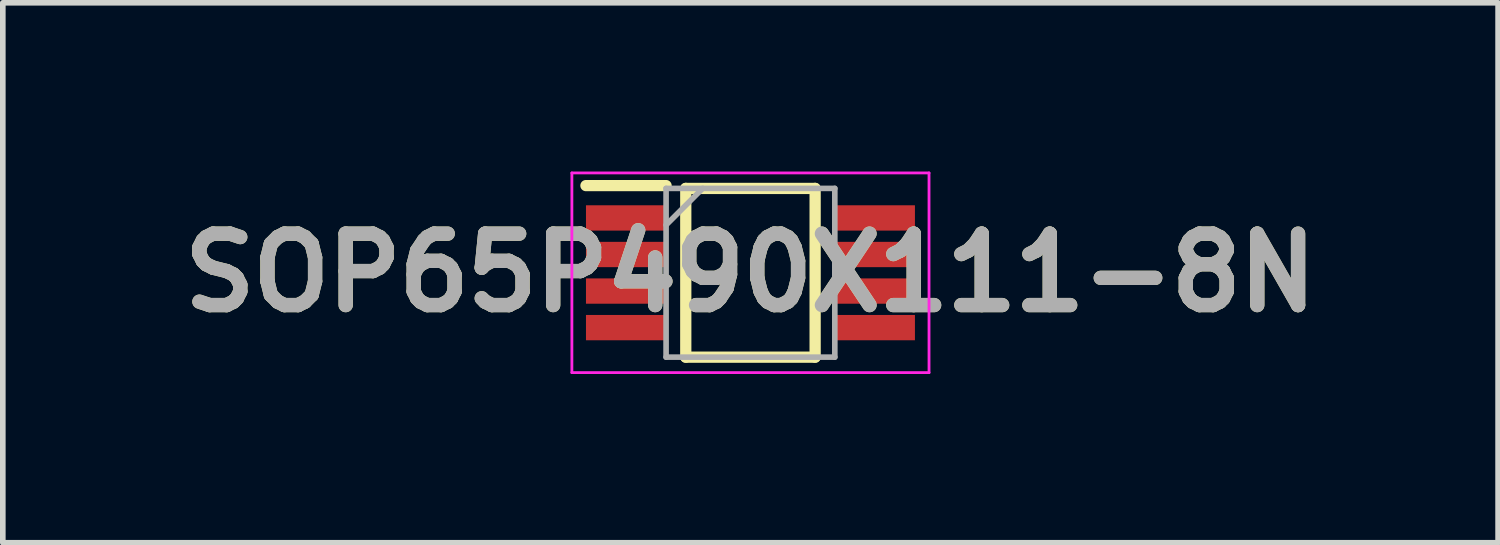
<source format=kicad_pcb>
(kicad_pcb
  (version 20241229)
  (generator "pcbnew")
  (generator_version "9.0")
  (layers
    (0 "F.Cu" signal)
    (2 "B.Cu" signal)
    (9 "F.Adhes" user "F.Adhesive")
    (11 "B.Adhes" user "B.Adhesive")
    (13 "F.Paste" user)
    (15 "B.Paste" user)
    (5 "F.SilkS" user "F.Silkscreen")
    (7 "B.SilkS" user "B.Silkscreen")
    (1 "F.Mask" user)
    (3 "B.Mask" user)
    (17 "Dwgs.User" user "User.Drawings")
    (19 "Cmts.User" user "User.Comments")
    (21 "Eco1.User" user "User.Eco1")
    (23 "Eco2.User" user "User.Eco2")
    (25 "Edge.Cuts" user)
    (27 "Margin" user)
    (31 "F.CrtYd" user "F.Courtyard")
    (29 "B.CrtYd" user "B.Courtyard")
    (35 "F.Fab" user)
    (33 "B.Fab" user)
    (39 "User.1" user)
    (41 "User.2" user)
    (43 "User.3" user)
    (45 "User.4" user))
  (footprint "SOP65P490X111-8N"
    (layer "F.Cu")
    (at 10.293 1.8)
    (property "Reference" "SOP65P490X111-8N" (at 0 0 0) (layer "F.SilkS") (effects (font (size 1.27 1.27) (thickness 0.254))))
    (attr smd)
    (fp_line (start -2.925 -1.55) (end -1.5 -1.55) (stroke (width 0.2) (type solid)) (layer "F.SilkS"))
    (fp_line (start -1.15 -1.5) (end 1.15 -1.5) (stroke (width 0.2) (type solid)) (layer "F.SilkS"))
    (fp_line (start -1.15 1.5) (end -1.15 -1.5) (stroke (width 0.2) (type solid)) (layer "F.SilkS"))
    (fp_line (start 1.15 -1.5) (end 1.15 1.5) (stroke (width 0.2) (type solid)) (layer "F.SilkS"))
    (fp_line (start 1.15 1.5) (end -1.15 1.5) (stroke (width 0.2) (type solid)) (layer "F.SilkS"))
    (fp_line (start -3.175 -1.775) (end 3.175 -1.775) (stroke (width 0.05) (type solid)) (layer "F.CrtYd"))
    (fp_line (start -3.175 1.775) (end -3.175 -1.775) (stroke (width 0.05) (type solid)) (layer "F.CrtYd"))
    (fp_line (start 3.175 -1.775) (end 3.175 1.775) (stroke (width 0.05) (type solid)) (layer "F.CrtYd"))
    (fp_line (start 3.175 1.775) (end -3.175 1.775) (stroke (width 0.05) (type solid)) (layer "F.CrtYd"))
    (fp_line (start -1.5 -1.5) (end 1.5 -1.5) (stroke (width 0.1) (type solid)) (layer "F.Fab"))
    (fp_line (start -1.5 -0.85) (end -0.85 -1.5) (stroke (width 0.1) (type solid)) (layer "F.Fab"))
    (fp_line (start -1.5 1.5) (end -1.5 -1.5) (stroke (width 0.1) (type solid)) (layer "F.Fab"))
    (fp_line (start 1.5 -1.5) (end 1.5 1.5) (stroke (width 0.1) (type solid)) (layer "F.Fab"))
    (fp_line (start 1.5 1.5) (end -1.5 1.5) (stroke (width 0.1) (type solid)) (layer "F.Fab"))
    (fp_text user "${REFERENCE}" (at 0 0 0) (layer "F.Fab") (effects (font (size 1.27 1.27) (thickness 0.254))))
    (pad "1" smd rect (at -2.212 -0.975 90) (size 0.45 1.425) (layers "F.Cu" "F.Mask" "F.Paste"))
    (pad "2" smd rect (at -2.212 -0.325 90) (size 0.45 1.425) (layers "F.Cu" "F.Mask" "F.Paste"))
    (pad "3" smd rect (at -2.212 0.325 90) (size 0.45 1.425) (layers "F.Cu" "F.Mask" "F.Paste"))
    (pad "4" smd rect (at -2.212 0.975 90) (size 0.45 1.425) (layers "F.Cu" "F.Mask" "F.Paste"))
    (pad "5" smd rect (at 2.212 0.975 90) (size 0.45 1.425) (layers "F.Cu" "F.Mask" "F.Paste"))
    (pad "6" smd rect (at 2.212 0.325 90) (size 0.45 1.425) (layers "F.Cu" "F.Mask" "F.Paste"))
    (pad "7" smd rect (at 2.212 -0.325 90) (size 0.45 1.425) (layers "F.Cu" "F.Mask" "F.Paste"))
    (pad "8" smd rect (at 2.212 -0.975 90) (size 0.45 1.425) (layers "F.Cu" "F.Mask" "F.Paste")))
  (gr_rect
    (start -3 -3)
    (end 23.586 6.6)
    (stroke (width 0.1) (type default))
    (fill no)
    (layer "Edge.Cuts")))
</source>
